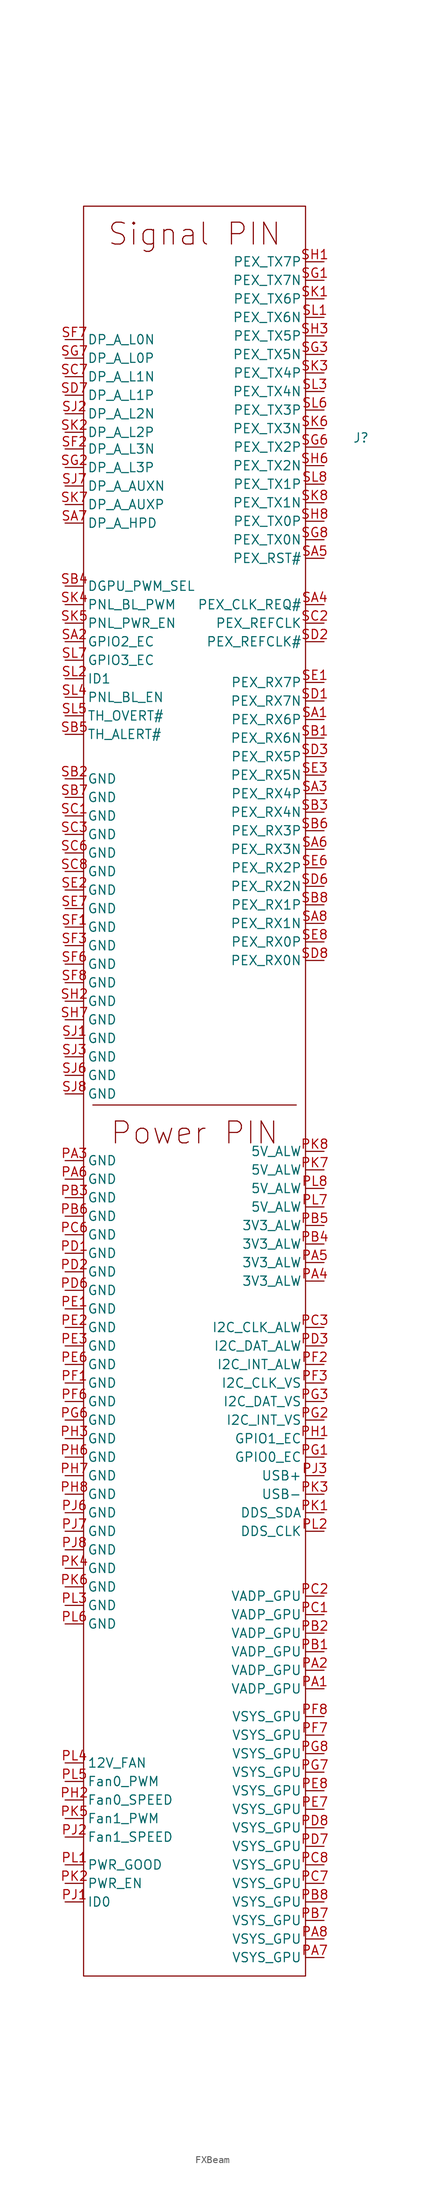
<source format=kicad_sym>
(kicad_symbol_lib
  (version 20220914)
  (generator kicad_symbol_editor)
  (symbol "FXBeam"
    (property "Reference" "J"
      (at 179.07 -50.8 0)
      (effects (font (size 1.27 1.27))))
    (property "Value" ""
      (at 179.07 -50.8 0)
      (effects (font (size 1.27 1.27))))
    (symbol "FXBeam_0_0"
      (pin power_out line (at 173.99 -222.25 180) (length 2.54) (name "VADP_GPU" (effects (font (size 1.27 1.27)))) (number "PA1" (effects (font (size 1.27 1.27)))))
      (pin power_out line (at 173.99 -219.71 180) (length 2.54) (name "VADP_GPU" (effects (font (size 1.27 1.27)))) (number "PA2" (effects (font (size 1.27 1.27)))))
      (pin unspecified line (at 138.43 -149.86 0) (length 2.54) (name "GND" (effects (font (size 1.27 1.27)))) (number "PA3" (effects (font (size 1.27 1.27)))))
      (pin power_in line (at 173.99 -166.37 180) (length 2.54) (name "3V3_ALW" (effects (font (size 1.27 1.27)))) (number "PA4" (effects (font (size 1.27 1.27)))))
      (pin power_in line (at 173.99 -163.83 180) (length 2.54) (name "3V3_ALW" (effects (font (size 1.27 1.27)))) (number "PA5" (effects (font (size 1.27 1.27)))))
      (pin unspecified line (at 138.43 -152.4 0) (length 2.54) (name "GND" (effects (font (size 1.27 1.27)))) (number "PA6" (effects (font (size 1.27 1.27)))))
      (pin power_in line (at 173.99 -259.08 180) (length 2.54) (name "VSYS_GPU" (effects (font (size 1.27 1.27)))) (number "PA7" (effects (font (size 1.27 1.27)))))
      (pin power_in line (at 173.99 -256.54 180) (length 2.54) (name "VSYS_GPU" (effects (font (size 1.27 1.27)))) (number "PA8" (effects (font (size 1.27 1.27)))))
      (pin power_in line (at 173.99 -217.17 180) (length 2.54) (name "VADP_GPU" (effects (font (size 1.27 1.27)))) (number "PB1" (effects (font (size 1.27 1.27)))))
      (pin power_in line (at 173.99 -214.63 180) (length 2.54) (name "VADP_GPU" (effects (font (size 1.27 1.27)))) (number "PB2" (effects (font (size 1.27 1.27)))))
      (pin unspecified line (at 138.43 -154.94 0) (length 2.54) (name "GND" (effects (font (size 1.27 1.27)))) (number "PB3" (effects (font (size 1.27 1.27)))))
      (pin power_in line (at 173.99 -161.29 180) (length 2.54) (name "3V3_ALW" (effects (font (size 1.27 1.27)))) (number "PB4" (effects (font (size 1.27 1.27)))))
      (pin power_in line (at 173.99 -158.75 180) (length 2.54) (name "3V3_ALW" (effects (font (size 1.27 1.27)))) (number "PB5" (effects (font (size 1.27 1.27)))))
      (pin unspecified line (at 138.43 -157.48 0) (length 2.54) (name "GND" (effects (font (size 1.27 1.27)))) (number "PB6" (effects (font (size 1.27 1.27)))))
      (pin power_in line (at 173.99 -254 180) (length 2.54) (name "VSYS_GPU" (effects (font (size 1.27 1.27)))) (number "PB7" (effects (font (size 1.27 1.27)))))
      (pin power_in line (at 173.99 -251.46 180) (length 2.54) (name "VSYS_GPU" (effects (font (size 1.27 1.27)))) (number "PB8" (effects (font (size 1.27 1.27)))))
      (pin power_out line (at 173.99 -212.09 180) (length 2.54) (name "VADP_GPU" (effects (font (size 1.27 1.27)))) (number "PC1" (effects (font (size 1.27 1.27)))))
      (pin power_out line (at 173.99 -209.55 180) (length 2.54) (name "VADP_GPU" (effects (font (size 1.27 1.27)))) (number "PC2" (effects (font (size 1.27 1.27)))))
      (pin bidirectional line (at 173.99 -172.72 180) (length 2.54) (name "I2C_CLK_ALW" (effects (font (size 1.27 1.27)))) (number "PC3" (effects (font (size 1.27 1.27)))))
      (pin unspecified line (at 138.43 -160.02 0) (length 2.54) (name "GND" (effects (font (size 1.27 1.27)))) (number "PC6" (effects (font (size 1.27 1.27)))))
      (pin power_in line (at 173.99 -248.92 180) (length 2.54) (name "VSYS_GPU" (effects (font (size 1.27 1.27)))) (number "PC7" (effects (font (size 1.27 1.27)))))
      (pin power_in line (at 173.99 -246.38 180) (length 2.54) (name "VSYS_GPU" (effects (font (size 1.27 1.27)))) (number "PC8" (effects (font (size 1.27 1.27)))))
      (pin unspecified line (at 138.43 -162.56 0) (length 2.54) (name "GND" (effects (font (size 1.27 1.27)))) (number "PD1" (effects (font (size 1.27 1.27)))))
      (pin unspecified line (at 138.43 -165.1 0) (length 2.54) (name "GND" (effects (font (size 1.27 1.27)))) (number "PD2" (effects (font (size 1.27 1.27)))))
      (pin bidirectional line (at 173.99 -175.26 180) (length 2.54) (name "I2C_DAT_ALW" (effects (font (size 1.27 1.27)))) (number "PD3" (effects (font (size 1.27 1.27)))))
      (pin unspecified line (at 138.43 -167.64 0) (length 2.54) (name "GND" (effects (font (size 1.27 1.27)))) (number "PD6" (effects (font (size 1.27 1.27)))))
      (pin power_in line (at 173.99 -243.84 180) (length 2.54) (name "VSYS_GPU" (effects (font (size 1.27 1.27)))) (number "PD7" (effects (font (size 1.27 1.27)))))
      (pin power_in line (at 173.99 -241.3 180) (length 2.54) (name "VSYS_GPU" (effects (font (size 1.27 1.27)))) (number "PD8" (effects (font (size 1.27 1.27)))))
      (pin unspecified line (at 138.43 -170.18 0) (length 2.54) (name "GND" (effects (font (size 1.27 1.27)))) (number "PE1" (effects (font (size 1.27 1.27)))))
      (pin unspecified line (at 138.43 -172.72 0) (length 2.54) (name "GND" (effects (font (size 1.27 1.27)))) (number "PE2" (effects (font (size 1.27 1.27)))))
      (pin unspecified line (at 138.43 -175.26 0) (length 2.54) (name "GND" (effects (font (size 1.27 1.27)))) (number "PE3" (effects (font (size 1.27 1.27)))))
      (pin unspecified line (at 138.43 -177.8 0) (length 2.54) (name "GND" (effects (font (size 1.27 1.27)))) (number "PE6" (effects (font (size 1.27 1.27)))))
      (pin power_in line (at 173.99 -238.76 180) (length 2.54) (name "VSYS_GPU" (effects (font (size 1.27 1.27)))) (number "PE7" (effects (font (size 1.27 1.27)))))
      (pin power_in line (at 173.99 -236.22 180) (length 2.54) (name "VSYS_GPU" (effects (font (size 1.27 1.27)))) (number "PE8" (effects (font (size 1.27 1.27)))))
      (pin unspecified line (at 138.43 -180.34 0) (length 2.54) (name "GND" (effects (font (size 1.27 1.27)))) (number "PF1" (effects (font (size 1.27 1.27)))))
      (pin bidirectional line (at 173.99 -177.8 180) (length 2.54) (name "I2C_INT_ALW" (effects (font (size 1.27 1.27)))) (number "PF2" (effects (font (size 1.27 1.27)))))
      (pin bidirectional line (at 173.99 -180.34 180) (length 2.54) (name "I2C_CLK_VS" (effects (font (size 1.27 1.27)))) (number "PF3" (effects (font (size 1.27 1.27)))))
      (pin unspecified line (at 138.43 -182.88 0) (length 2.54) (name "GND" (effects (font (size 1.27 1.27)))) (number "PF6" (effects (font (size 1.27 1.27)))))
      (pin power_in line (at 173.99 -228.6 180) (length 2.54) (name "VSYS_GPU" (effects (font (size 1.27 1.27)))) (number "PF7" (effects (font (size 1.27 1.27)))))
      (pin power_in line (at 173.99 -226.06 180) (length 2.54) (name "VSYS_GPU" (effects (font (size 1.27 1.27)))) (number "PF8" (effects (font (size 1.27 1.27)))))
      (pin unspecified line (at 173.99 -190.5 180) (length 2.54) (name "GPIO0_EC" (effects (font (size 1.27 1.27)))) (number "PG1" (effects (font (size 1.27 1.27)))))
      (pin unspecified line (at 173.99 -185.42 180) (length 2.54) (name "I2C_INT_VS" (effects (font (size 1.27 1.27)))) (number "PG2" (effects (font (size 1.27 1.27)))))
      (pin unspecified line (at 173.99 -182.88 180) (length 2.54) (name "I2C_DAT_VS" (effects (font (size 1.27 1.27)))) (number "PG3" (effects (font (size 1.27 1.27)))))
      (pin unspecified line (at 138.43 -185.42 0) (length 2.54) (name "GND" (effects (font (size 1.27 1.27)))) (number "PG6" (effects (font (size 1.27 1.27)))))
      (pin power_in line (at 173.99 -233.68 180) (length 2.54) (name "VSYS_GPU" (effects (font (size 1.27 1.27)))) (number "PG7" (effects (font (size 1.27 1.27)))))
      (pin power_in line (at 173.99 -231.14 180) (length 2.54) (name "VSYS_GPU" (effects (font (size 1.27 1.27)))) (number "PG8" (effects (font (size 1.27 1.27)))))
      (pin unspecified line (at 173.99 -187.96 180) (length 2.54) (name "GPIO1_EC" (effects (font (size 1.27 1.27)))) (number "PH1" (effects (font (size 1.27 1.27)))))
      (pin output line (at 138.43 -237.49 0) (length 2.54) (name "Fan0_SPEED" (effects (font (size 1.27 1.27)))) (number "PH2" (effects (font (size 1.27 1.27)))))
      (pin unspecified line (at 138.43 -187.96 0) (length 2.54) (name "GND" (effects (font (size 1.27 1.27)))) (number "PH3" (effects (font (size 1.27 1.27)))))
      (pin unspecified line (at 138.43 -190.5 0) (length 2.54) (name "GND" (effects (font (size 1.27 1.27)))) (number "PH6" (effects (font (size 1.27 1.27)))))
      (pin unspecified line (at 138.43 -193.04 0) (length 2.54) (name "GND" (effects (font (size 1.27 1.27)))) (number "PH7" (effects (font (size 1.27 1.27)))))
      (pin unspecified line (at 138.43 -195.58 0) (length 2.54) (name "GND" (effects (font (size 1.27 1.27)))) (number "PH8" (effects (font (size 1.27 1.27)))))
      (pin output line (at 138.43 -251.46 0) (length 2.54) (name "ID0" (effects (font (size 1.27 1.27)))) (number "PJ1" (effects (font (size 1.27 1.27)))))
      (pin output line (at 138.43 -242.57 0) (length 2.54) (name "Fan1_SPEED" (effects (font (size 1.27 1.27)))) (number "PJ2" (effects (font (size 1.27 1.27)))))
      (pin bidirectional line (at 173.99 -193.04 180) (length 2.54) (name "USB+" (effects (font (size 1.27 1.27)))) (number "PJ3" (effects (font (size 1.27 1.27)))))
      (pin unspecified line (at 138.43 -198.12 0) (length 2.54) (name "GND" (effects (font (size 1.27 1.27)))) (number "PJ6" (effects (font (size 1.27 1.27)))))
      (pin unspecified line (at 138.43 -200.66 0) (length 2.54) (name "GND" (effects (font (size 1.27 1.27)))) (number "PJ7" (effects (font (size 1.27 1.27)))))
      (pin unspecified line (at 138.43 -203.2 0) (length 2.54) (name "GND" (effects (font (size 1.27 1.27)))) (number "PJ8" (effects (font (size 1.27 1.27)))))
      (pin input line (at 173.99 -198.12 180) (length 2.54) (name "DDS_SDA" (effects (font (size 1.27 1.27)))) (number "PK1" (effects (font (size 1.27 1.27)))))
      (pin input line (at 138.43 -248.92 0) (length 2.54) (name "PWR_EN" (effects (font (size 1.27 1.27)))) (number "PK2" (effects (font (size 1.27 1.27)))))
      (pin bidirectional line (at 173.99 -195.58 180) (length 2.54) (name "USB-" (effects (font (size 1.27 1.27)))) (number "PK3" (effects (font (size 1.27 1.27)))))
      (pin unspecified line (at 138.43 -205.74 0) (length 2.54) (name "GND" (effects (font (size 1.27 1.27)))) (number "PK4" (effects (font (size 1.27 1.27)))))
      (pin input line (at 138.43 -240.03 0) (length 2.54) (name "Fan1_PWM" (effects (font (size 1.27 1.27)))) (number "PK5" (effects (font (size 1.27 1.27)))))
      (pin unspecified line (at 138.43 -208.28 0) (length 2.54) (name "GND" (effects (font (size 1.27 1.27)))) (number "PK6" (effects (font (size 1.27 1.27)))))
      (pin power_in line (at 173.99 -151.13 180) (length 2.54) (name "5V_ALW" (effects (font (size 1.27 1.27)))) (number "PK7" (effects (font (size 1.27 1.27)))))
      (pin power_in line (at 173.99 -148.59 180) (length 2.54) (name "5V_ALW" (effects (font (size 1.27 1.27)))) (number "PK8" (effects (font (size 1.27 1.27)))))
      (pin output line (at 138.43 -246.38 0) (length 2.54) (name "PWR_GOOD" (effects (font (size 1.27 1.27)))) (number "PL1" (effects (font (size 1.27 1.27)))))
      (pin bidirectional line (at 173.99 -200.66 180) (length 2.54) (name "DDS_CLK" (effects (font (size 1.27 1.27)))) (number "PL2" (effects (font (size 1.27 1.27)))))
      (pin unspecified line (at 138.43 -210.82 0) (length 2.54) (name "GND" (effects (font (size 1.27 1.27)))) (number "PL3" (effects (font (size 1.27 1.27)))))
      (pin power_in line (at 138.43 -232.41 0) (length 2.54) (name "12V_FAN" (effects (font (size 1.27 1.27)))) (number "PL4" (effects (font (size 1.27 1.27)))))
      (pin input line (at 138.43 -234.95 0) (length 2.54) (name "Fan0_PWM" (effects (font (size 1.27 1.27)))) (number "PL5" (effects (font (size 1.27 1.27)))))
      (pin unspecified line (at 138.43 -213.36 0) (length 2.54) (name "GND" (effects (font (size 1.27 1.27)))) (number "PL6" (effects (font (size 1.27 1.27)))))
      (pin power_in line (at 173.99 -156.21 180) (length 2.54) (name "5V_ALW" (effects (font (size 1.27 1.27)))) (number "PL7" (effects (font (size 1.27 1.27)))))
      (pin power_in line (at 173.99 -153.67 180) (length 2.54) (name "5V_ALW" (effects (font (size 1.27 1.27)))) (number "PL8" (effects (font (size 1.27 1.27)))))
      (pin unspecified line (at 173.99 -89.408 180) (length 2.54) (name "PEX_RX6P" (effects (font (size 1.27 1.27)))) (number "SA1" (effects (font (size 1.27 1.27)))))
      (pin unspecified line (at 138.43 -78.74 0) (length 2.54) (name "GPIO2_EC" (effects (font (size 1.27 1.27)))) (number "SA2" (effects (font (size 1.27 1.27)))))
      (pin unspecified line (at 173.99 -99.568 180) (length 2.54) (name "PEX_RX4P" (effects (font (size 1.27 1.27)))) (number "SA3" (effects (font (size 1.27 1.27)))))
      (pin unspecified line (at 173.99 -73.66 180) (length 2.54) (name "PEX_CLK_REQ#" (effects (font (size 1.27 1.27)))) (number "SA4" (effects (font (size 1.27 1.27)))))
      (pin unspecified line (at 173.99 -67.31 180) (length 2.54) (name "PEX_RST#" (effects (font (size 1.27 1.27)))) (number "SA5" (effects (font (size 1.27 1.27)))))
      (pin unspecified line (at 173.99 -107.188 180) (length 2.54) (name "PEX_RX3N" (effects (font (size 1.27 1.27)))) (number "SA6" (effects (font (size 1.27 1.27)))))
      (pin unspecified line (at 138.43 -62.484 0) (length 2.54) (name "DP_A_HPD" (effects (font (size 1.27 1.27)))) (number "SA7" (effects (font (size 1.27 1.27)))))
      (pin unspecified line (at 173.99 -117.348 180) (length 2.54) (name "PEX_RX1N" (effects (font (size 1.27 1.27)))) (number "SA8" (effects (font (size 1.27 1.27)))))
      (pin unspecified line (at 173.99 -91.948 180) (length 2.54) (name "PEX_RX6N" (effects (font (size 1.27 1.27)))) (number "SB1" (effects (font (size 1.27 1.27)))))
      (pin unspecified line (at 138.43 -97.536 0) (length 2.54) (name "GND" (effects (font (size 1.27 1.27)))) (number "SB2" (effects (font (size 1.27 1.27)))))
      (pin unspecified line (at 173.99 -102.108 180) (length 2.54) (name "PEX_RX4N" (effects (font (size 1.27 1.27)))) (number "SB3" (effects (font (size 1.27 1.27)))))
      (pin unspecified line (at 138.43 -71.12 0) (length 2.54) (name "DGPU_PWM_SEL" (effects (font (size 1.27 1.27)))) (number "SB4" (effects (font (size 1.27 1.27)))))
      (pin unspecified line (at 138.43 -91.44 0) (length 2.54) (name "TH_ALERT#" (effects (font (size 1.27 1.27)))) (number "SB5" (effects (font (size 1.27 1.27)))))
      (pin unspecified line (at 173.99 -104.648 180) (length 2.54) (name "PEX_RX3P" (effects (font (size 1.27 1.27)))) (number "SB6" (effects (font (size 1.27 1.27)))))
      (pin unspecified line (at 138.43 -100.076 0) (length 2.54) (name "GND" (effects (font (size 1.27 1.27)))) (number "SB7" (effects (font (size 1.27 1.27)))))
      (pin unspecified line (at 173.99 -114.808 180) (length 2.54) (name "PEX_RX1P" (effects (font (size 1.27 1.27)))) (number "SB8" (effects (font (size 1.27 1.27)))))
      (pin unspecified line (at 138.43 -102.616 0) (length 2.54) (name "GND" (effects (font (size 1.27 1.27)))) (number "SC1" (effects (font (size 1.27 1.27)))))
      (pin unspecified line (at 173.99 -76.2 180) (length 2.54) (name "PEX_REFCLK" (effects (font (size 1.27 1.27)))) (number "SC2" (effects (font (size 1.27 1.27)))))
      (pin unspecified line (at 138.43 -105.156 0) (length 2.54) (name "GND" (effects (font (size 1.27 1.27)))) (number "SC3" (effects (font (size 1.27 1.27)))))
      (pin unspecified line (at 138.43 -107.696 0) (length 2.54) (name "GND" (effects (font (size 1.27 1.27)))) (number "SC6" (effects (font (size 1.27 1.27)))))
      (pin unspecified line (at 138.43 -42.418 0) (length 2.54) (name "DP_A_L1N" (effects (font (size 1.27 1.27)))) (number "SC7" (effects (font (size 1.27 1.27)))))
      (pin unspecified line (at 138.43 -110.236 0) (length 2.54) (name "GND" (effects (font (size 1.27 1.27)))) (number "SC8" (effects (font (size 1.27 1.27)))))
      (pin unspecified line (at 173.99 -86.868 180) (length 2.54) (name "PEX_RX7N" (effects (font (size 1.27 1.27)))) (number "SD1" (effects (font (size 1.27 1.27)))))
      (pin unspecified line (at 173.99 -78.74 180) (length 2.54) (name "PEX_REFCLK#" (effects (font (size 1.27 1.27)))) (number "SD2" (effects (font (size 1.27 1.27)))))
      (pin unspecified line (at 173.99 -94.488 180) (length 2.54) (name "PEX_RX5P" (effects (font (size 1.27 1.27)))) (number "SD3" (effects (font (size 1.27 1.27)))))
      (pin unspecified line (at 173.99 -112.268 180) (length 2.54) (name "PEX_RX2N" (effects (font (size 1.27 1.27)))) (number "SD6" (effects (font (size 1.27 1.27)))))
      (pin unspecified line (at 138.43 -44.958 0) (length 2.54) (name "DP_A_L1P" (effects (font (size 1.27 1.27)))) (number "SD7" (effects (font (size 1.27 1.27)))))
      (pin unspecified line (at 173.99 -122.428 180) (length 2.54) (name "PEX_RX0N" (effects (font (size 1.27 1.27)))) (number "SD8" (effects (font (size 1.27 1.27)))))
      (pin unspecified line (at 173.99 -84.328 180) (length 2.54) (name "PEX_RX7P" (effects (font (size 1.27 1.27)))) (number "SE1" (effects (font (size 1.27 1.27)))))
      (pin unspecified line (at 138.43 -112.776 0) (length 2.54) (name "GND" (effects (font (size 1.27 1.27)))) (number "SE2" (effects (font (size 1.27 1.27)))))
      (pin unspecified line (at 173.99 -97.028 180) (length 2.54) (name "PEX_RX5N" (effects (font (size 1.27 1.27)))) (number "SE3" (effects (font (size 1.27 1.27)))))
      (pin unspecified line (at 173.99 -109.728 180) (length 2.54) (name "PEX_RX2P" (effects (font (size 1.27 1.27)))) (number "SE6" (effects (font (size 1.27 1.27)))))
      (pin unspecified line (at 138.43 -115.316 0) (length 2.54) (name "GND" (effects (font (size 1.27 1.27)))) (number "SE7" (effects (font (size 1.27 1.27)))))
      (pin unspecified line (at 173.99 -119.888 180) (length 2.54) (name "PEX_RX0P" (effects (font (size 1.27 1.27)))) (number "SE8" (effects (font (size 1.27 1.27)))))
      (pin unspecified line (at 138.43 -117.856 0) (length 2.54) (name "GND" (effects (font (size 1.27 1.27)))) (number "SF1" (effects (font (size 1.27 1.27)))))
      (pin unspecified line (at 138.43 -52.324 0) (length 2.54) (name "DP_A_L3N" (effects (font (size 1.27 1.27)))) (number "SF2" (effects (font (size 1.27 1.27)))))
      (pin unspecified line (at 138.43 -120.396 0) (length 2.54) (name "GND" (effects (font (size 1.27 1.27)))) (number "SF3" (effects (font (size 1.27 1.27)))))
      (pin unspecified line (at 138.43 -122.936 0) (length 2.54) (name "GND" (effects (font (size 1.27 1.27)))) (number "SF6" (effects (font (size 1.27 1.27)))))
      (pin unspecified line (at 138.43 -37.338 0) (length 2.54) (name "DP_A_L0N" (effects (font (size 1.27 1.27)))) (number "SF7" (effects (font (size 1.27 1.27)))))
      (pin unspecified line (at 138.43 -125.476 0) (length 2.54) (name "GND" (effects (font (size 1.27 1.27)))) (number "SF8" (effects (font (size 1.27 1.27)))))
      (pin unspecified line (at 173.99 -29.21 180) (length 2.54) (name "PEX_TX7N" (effects (font (size 1.27 1.27)))) (number "SG1" (effects (font (size 1.27 1.27)))))
      (pin unspecified line (at 138.43 -54.864 0) (length 2.54) (name "DP_A_L3P" (effects (font (size 1.27 1.27)))) (number "SG2" (effects (font (size 1.27 1.27)))))
      (pin unspecified line (at 173.99 -39.37 180) (length 2.54) (name "PEX_TX5N" (effects (font (size 1.27 1.27)))) (number "SG3" (effects (font (size 1.27 1.27)))))
      (pin unspecified line (at 173.99 -52.07 180) (length 2.54) (name "PEX_TX2P" (effects (font (size 1.27 1.27)))) (number "SG6" (effects (font (size 1.27 1.27)))))
      (pin unspecified line (at 138.43 -39.878 0) (length 2.54) (name "DP_A_L0P" (effects (font (size 1.27 1.27)))) (number "SG7" (effects (font (size 1.27 1.27)))))
      (pin unspecified line (at 173.99 -64.77 180) (length 2.54) (name "PEX_TX0N" (effects (font (size 1.27 1.27)))) (number "SG8" (effects (font (size 1.27 1.27)))))
      (pin unspecified line (at 173.99 -26.67 180) (length 2.54) (name "PEX_TX7P" (effects (font (size 1.27 1.27)))) (number "SH1" (effects (font (size 1.27 1.27)))))
      (pin unspecified line (at 138.43 -128.016 0) (length 2.54) (name "GND" (effects (font (size 1.27 1.27)))) (number "SH2" (effects (font (size 1.27 1.27)))))
      (pin unspecified line (at 173.99 -36.83 180) (length 2.54) (name "PEX_TX5P" (effects (font (size 1.27 1.27)))) (number "SH3" (effects (font (size 1.27 1.27)))))
      (pin unspecified line (at 173.99 -54.61 180) (length 2.54) (name "PEX_TX2N" (effects (font (size 1.27 1.27)))) (number "SH6" (effects (font (size 1.27 1.27)))))
      (pin unspecified line (at 138.43 -130.556 0) (length 2.54) (name "GND" (effects (font (size 1.27 1.27)))) (number "SH7" (effects (font (size 1.27 1.27)))))
      (pin unspecified line (at 173.99 -62.23 180) (length 2.54) (name "PEX_TX0P" (effects (font (size 1.27 1.27)))) (number "SH8" (effects (font (size 1.27 1.27)))))
      (pin unspecified line (at 138.43 -133.096 0) (length 2.54) (name "GND" (effects (font (size 1.27 1.27)))) (number "SJ1" (effects (font (size 1.27 1.27)))))
      (pin unspecified line (at 138.43 -47.498 0) (length 2.54) (name "DP_A_L2N" (effects (font (size 1.27 1.27)))) (number "SJ2" (effects (font (size 1.27 1.27)))))
      (pin unspecified line (at 138.43 -135.636 0) (length 2.54) (name "GND" (effects (font (size 1.27 1.27)))) (number "SJ3" (effects (font (size 1.27 1.27)))))
      (pin unspecified line (at 138.43 -138.176 0) (length 2.54) (name "GND" (effects (font (size 1.27 1.27)))) (number "SJ6" (effects (font (size 1.27 1.27)))))
      (pin unspecified line (at 138.43 -57.404 0) (length 2.54) (name "DP_A_AUXN" (effects (font (size 1.27 1.27)))) (number "SJ7" (effects (font (size 1.27 1.27)))))
      (pin unspecified line (at 138.43 -140.716 0) (length 2.54) (name "GND" (effects (font (size 1.27 1.27)))) (number "SJ8" (effects (font (size 1.27 1.27)))))
      (pin unspecified line (at 173.99 -31.75 180) (length 2.54) (name "PEX_TX6P" (effects (font (size 1.27 1.27)))) (number "SK1" (effects (font (size 1.27 1.27)))))
      (pin unspecified line (at 138.43 -50.038 0) (length 2.54) (name "DP_A_L2P" (effects (font (size 1.27 1.27)))) (number "SK2" (effects (font (size 1.27 1.27)))))
      (pin unspecified line (at 173.99 -41.91 180) (length 2.54) (name "PEX_TX4P" (effects (font (size 1.27 1.27)))) (number "SK3" (effects (font (size 1.27 1.27)))))
      (pin unspecified line (at 138.43 -73.66 0) (length 2.54) (name "PNL_BL_PWM" (effects (font (size 1.27 1.27)))) (number "SK4" (effects (font (size 1.27 1.27)))))
      (pin unspecified line (at 138.43 -76.2 0) (length 2.54) (name "PNL_PWR_EN" (effects (font (size 1.27 1.27)))) (number "SK5" (effects (font (size 1.27 1.27)))))
      (pin unspecified line (at 173.99 -49.53 180) (length 2.54) (name "PEX_TX3N" (effects (font (size 1.27 1.27)))) (number "SK6" (effects (font (size 1.27 1.27)))))
      (pin unspecified line (at 138.43 -59.944 0) (length 2.54) (name "DP_A_AUXP" (effects (font (size 1.27 1.27)))) (number "SK7" (effects (font (size 1.27 1.27)))))
      (pin unspecified line (at 173.99 -59.69 180) (length 2.54) (name "PEX_TX1N" (effects (font (size 1.27 1.27)))) (number "SK8" (effects (font (size 1.27 1.27)))))
      (pin unspecified line (at 173.99 -34.29 180) (length 2.54) (name "PEX_TX6N" (effects (font (size 1.27 1.27)))) (number "SL1" (effects (font (size 1.27 1.27)))))
      (pin unspecified line (at 138.43 -83.82 0) (length 2.54) (name "ID1" (effects (font (size 1.27 1.27)))) (number "SL2" (effects (font (size 1.27 1.27)))))
      (pin unspecified line (at 173.99 -44.45 180) (length 2.54) (name "PEX_TX4N" (effects (font (size 1.27 1.27)))) (number "SL3" (effects (font (size 1.27 1.27)))))
      (pin unspecified line (at 138.43 -86.36 0) (length 2.54) (name "PNL_BL_EN" (effects (font (size 1.27 1.27)))) (number "SL4" (effects (font (size 1.27 1.27)))))
      (pin unspecified line (at 138.43 -88.9 0) (length 2.54) (name "TH_OVERT#" (effects (font (size 1.27 1.27)))) (number "SL5" (effects (font (size 1.27 1.27)))))
      (pin unspecified line (at 173.99 -46.99 180) (length 2.54) (name "PEX_TX3P" (effects (font (size 1.27 1.27)))) (number "SL6" (effects (font (size 1.27 1.27)))))
      (pin unspecified line (at 138.43 -81.28 0) (length 2.54) (name "GPIO3_EC" (effects (font (size 1.27 1.27)))) (number "SL7" (effects (font (size 1.27 1.27)))))
      (pin unspecified line (at 173.99 -57.15 180) (length 2.54) (name "PEX_TX1P" (effects (font (size 1.27 1.27)))) (number "SL8" (effects (font (size 1.27 1.27))))))
    (symbol "FXBeam_1_1"
      (polyline (pts (xy 142.24 -142.24) (xy 170.18 -142.24)) (stroke (width 0) (type default)) (fill (type none)))
      (rectangle (start 140.97 -19.05) (end 171.45 -261.62) (stroke (width 0) (type default)) (fill (type none)))
      (text "Power PIN" (at 156.21 -146.05 0) (effects (font (size 3 3))))
      (text "Signal PIN" (at 156.21 -22.86 0) (effects (font (size 3 3)))))))
</source>
